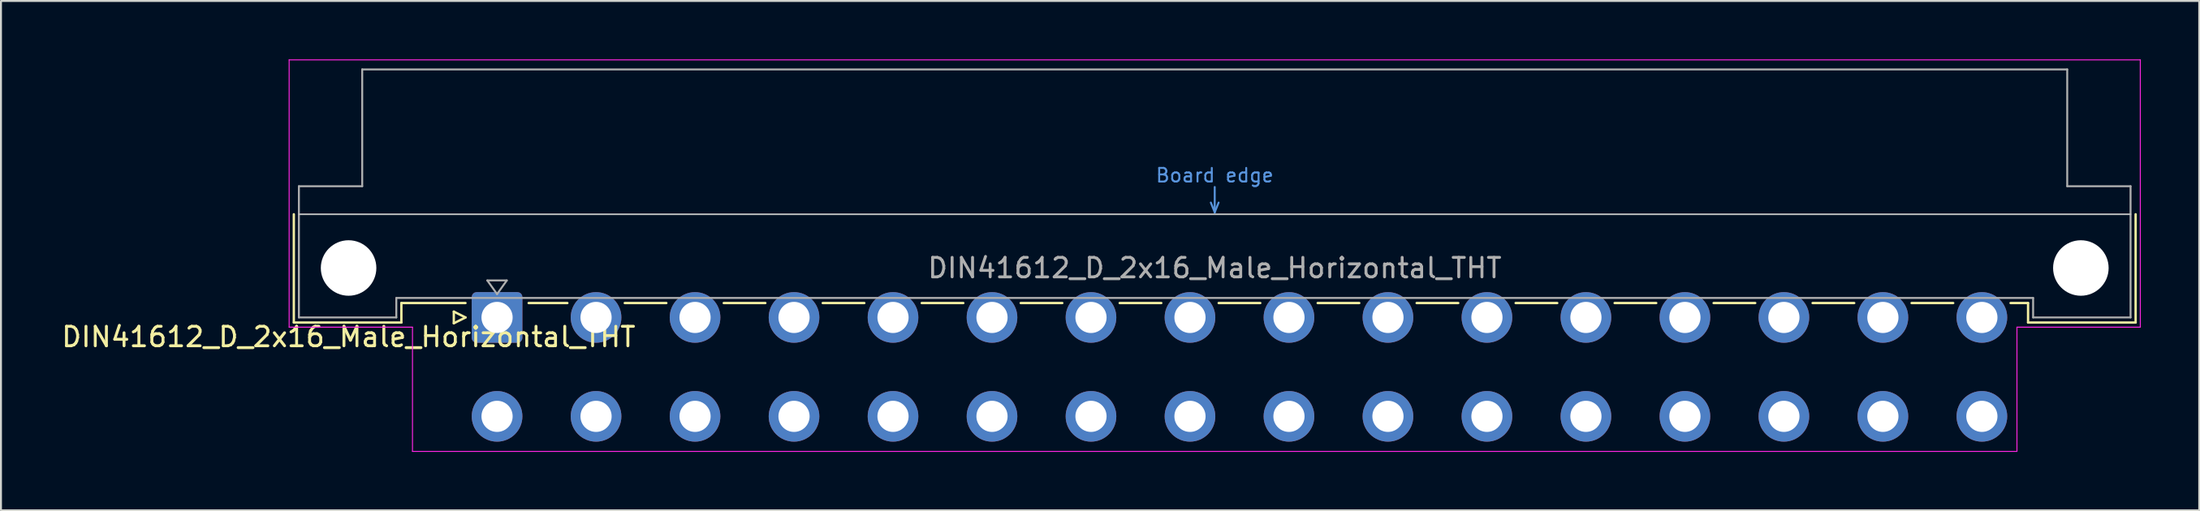
<source format=kicad_pcb>
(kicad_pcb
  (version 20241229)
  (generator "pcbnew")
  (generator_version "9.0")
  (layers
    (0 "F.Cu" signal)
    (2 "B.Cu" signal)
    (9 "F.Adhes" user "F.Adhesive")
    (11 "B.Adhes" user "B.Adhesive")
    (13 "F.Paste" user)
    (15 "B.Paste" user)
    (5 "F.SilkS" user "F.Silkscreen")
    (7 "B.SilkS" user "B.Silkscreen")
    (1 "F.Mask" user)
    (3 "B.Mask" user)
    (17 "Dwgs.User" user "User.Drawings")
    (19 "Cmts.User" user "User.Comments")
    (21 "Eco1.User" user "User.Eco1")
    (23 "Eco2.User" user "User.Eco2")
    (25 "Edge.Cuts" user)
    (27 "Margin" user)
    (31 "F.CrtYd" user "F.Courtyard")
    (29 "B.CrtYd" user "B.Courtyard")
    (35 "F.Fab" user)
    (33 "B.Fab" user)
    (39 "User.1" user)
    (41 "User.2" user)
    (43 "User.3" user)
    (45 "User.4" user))
  (footprint "DIN41612_D_2x16_Male_Horizontal_THT"
    (layer "F.Cu")
    (at 19.919 13.255)
    (property "Reference" "DIN41612_D_2x16_Male_Horizontal_THT" (at -5.08 1 0) (layer "F.SilkS") (effects (font (size 1 1) (thickness 0.15))))
    (attr through_hole)
    (fp_line (start -7.89 -5.3) (end -7.89 0.26) (stroke (width 0.12) (type solid)) (layer "F.SilkS"))
    (fp_line (start -7.89 0.26) (end -2.37 0.26) (stroke (width 0.12) (type solid)) (layer "F.SilkS"))
    (fp_line (start -2.371 -0.74) (end 0.92 -0.74) (stroke (width 0.12) (type solid)) (layer "F.SilkS"))
    (fp_line (start -2.37 0.26) (end -2.37 -0.74) (stroke (width 0.12) (type solid)) (layer "F.SilkS"))
    (fp_line (start 0.32 -0.3) (end 0.32 0.3) (stroke (width 0.12) (type solid)) (layer "F.SilkS"))
    (fp_line (start 0.32 0.3) (end 0.92 0) (stroke (width 0.12) (type solid)) (layer "F.SilkS"))
    (fp_line (start 0.92 0) (end 0.32 -0.3) (stroke (width 0.12) (type solid)) (layer "F.SilkS"))
    (fp_line (start 4.16 -0.74) (end 6.149 -0.74) (stroke (width 0.12) (type solid)) (layer "F.SilkS"))
    (fp_line (start 9.092 -0.74) (end 11.229 -0.74) (stroke (width 0.12) (type solid)) (layer "F.SilkS"))
    (fp_line (start 14.172 -0.74) (end 16.309 -0.74) (stroke (width 0.12) (type solid)) (layer "F.SilkS"))
    (fp_line (start 19.252 -0.74) (end 21.389 -0.74) (stroke (width 0.12) (type solid)) (layer "F.SilkS"))
    (fp_line (start 24.332 -0.74) (end 26.469 -0.74) (stroke (width 0.12) (type solid)) (layer "F.SilkS"))
    (fp_line (start 29.412 -0.74) (end 31.549 -0.74) (stroke (width 0.12) (type solid)) (layer "F.SilkS"))
    (fp_line (start 34.492 -0.74) (end 36.629 -0.74) (stroke (width 0.12) (type solid)) (layer "F.SilkS"))
    (fp_line (start 39.572 -0.74) (end 41.709 -0.74) (stroke (width 0.12) (type solid)) (layer "F.SilkS"))
    (fp_line (start 44.652 -0.74) (end 46.789 -0.74) (stroke (width 0.12) (type solid)) (layer "F.SilkS"))
    (fp_line (start 49.732 -0.74) (end 51.869 -0.74) (stroke (width 0.12) (type solid)) (layer "F.SilkS"))
    (fp_line (start 54.812 -0.74) (end 56.949 -0.74) (stroke (width 0.12) (type solid)) (layer "F.SilkS"))
    (fp_line (start 59.892 -0.74) (end 62.029 -0.74) (stroke (width 0.12) (type solid)) (layer "F.SilkS"))
    (fp_line (start 64.972 -0.74) (end 67.109 -0.74) (stroke (width 0.12) (type solid)) (layer "F.SilkS"))
    (fp_line (start 70.052 -0.74) (end 72.189 -0.74) (stroke (width 0.12) (type solid)) (layer "F.SilkS"))
    (fp_line (start 75.132 -0.74) (end 77.269 -0.74) (stroke (width 0.12) (type solid)) (layer "F.SilkS"))
    (fp_line (start 80.212 -0.74) (end 81.11 -0.74) (stroke (width 0.12) (type solid)) (layer "F.SilkS"))
    (fp_line (start 81.11 0.26) (end 81.11 -0.74) (stroke (width 0.12) (type solid)) (layer "F.SilkS"))
    (fp_line (start 86.63 -5.3) (end 86.63 0.26) (stroke (width 0.12) (type solid)) (layer "F.SilkS"))
    (fp_line (start 86.63 0.26) (end 81.11 0.26) (stroke (width 0.12) (type solid)) (layer "F.SilkS"))
    (fp_line (start -7.63 -5.3) (end 86.37 -5.3) (stroke (width 0.08) (type solid)) (layer "Dwgs.User"))
    (fp_line (start 39.17 -5.9) (end 39.37 -5.4) (stroke (width 0.1) (type solid)) (layer "Cmts.User"))
    (fp_line (start 39.37 -5.4) (end 39.37 -6.7) (stroke (width 0.1) (type solid)) (layer "Cmts.User"))
    (fp_line (start 39.37 -5.4) (end 39.57 -5.9) (stroke (width 0.1) (type solid)) (layer "Cmts.User"))
    (fp_line (start -8.13 -13.23) (end -8.13 0.5) (stroke (width 0.05) (type solid)) (layer "F.CrtYd"))
    (fp_line (start -8.13 0.5) (end -1.8 0.5) (stroke (width 0.05) (type solid)) (layer "F.CrtYd"))
    (fp_line (start -1.8 0.5) (end -1.8 6.88) (stroke (width 0.05) (type solid)) (layer "F.CrtYd"))
    (fp_line (start -1.8 6.88) (end 80.54 6.88) (stroke (width 0.05) (type solid)) (layer "F.CrtYd"))
    (fp_line (start 80.54 0.5) (end 86.87 0.5) (stroke (width 0.05) (type solid)) (layer "F.CrtYd"))
    (fp_line (start 80.54 6.88) (end 80.54 0.5) (stroke (width 0.05) (type solid)) (layer "F.CrtYd"))
    (fp_line (start 86.87 -13.23) (end -8.13 -13.23) (stroke (width 0.05) (type solid)) (layer "F.CrtYd"))
    (fp_line (start 86.87 0.5) (end 86.87 -13.23) (stroke (width 0.05) (type solid)) (layer "F.CrtYd"))
    (fp_line (start -7.63 -6.74) (end -7.63 0) (stroke (width 0.1) (type solid)) (layer "F.Fab"))
    (fp_line (start -7.63 0) (end -2.63 0) (stroke (width 0.1) (type solid)) (layer "F.Fab"))
    (fp_line (start -4.38 -12.74) (end -4.38 -6.74) (stroke (width 0.1) (type solid)) (layer "F.Fab"))
    (fp_line (start -4.38 -6.74) (end -7.63 -6.74) (stroke (width 0.1) (type solid)) (layer "F.Fab"))
    (fp_line (start -2.63 -1) (end 81.37 -1) (stroke (width 0.1) (type solid)) (layer "F.Fab"))
    (fp_line (start -2.63 0) (end -2.63 -1) (stroke (width 0.1) (type solid)) (layer "F.Fab"))
    (fp_line (start 2.04 -1.9) (end 3.04 -1.9) (stroke (width 0.1) (type solid)) (layer "F.Fab"))
    (fp_line (start 2.54 -1.2) (end 2.04 -1.9) (stroke (width 0.1) (type solid)) (layer "F.Fab"))
    (fp_line (start 3.04 -1.9) (end 2.54 -1.2) (stroke (width 0.1) (type solid)) (layer "F.Fab"))
    (fp_line (start 81.37 -1) (end 81.37 0) (stroke (width 0.1) (type solid)) (layer "F.Fab"))
    (fp_line (start 81.37 0) (end 86.37 0) (stroke (width 0.1) (type solid)) (layer "F.Fab"))
    (fp_line (start 83.12 -12.74) (end -4.38 -12.74) (stroke (width 0.1) (type solid)) (layer "F.Fab"))
    (fp_line (start 83.12 -6.74) (end 83.12 -12.74) (stroke (width 0.1) (type solid)) (layer "F.Fab"))
    (fp_line (start 86.37 -6.74) (end 83.12 -6.74) (stroke (width 0.1) (type solid)) (layer "F.Fab"))
    (fp_line (start 86.37 0) (end 86.37 -6.74) (stroke (width 0.1) (type solid)) (layer "F.Fab"))
    (fp_text user "Board edge" (at 39.37 -7.3 0) (layer "Cmts.User") (effects (font (size 0.7 0.7) (thickness 0.1))))
    (fp_text user "${REFERENCE}" (at 39.37 -2.54 0) (layer "F.Fab") (effects (font (size 1 1) (thickness 0.15))))
    (pad "" np_thru_hole circle (at -5.08 -2.54) (size 2.85 2.85) (drill 2.85) (layers "*.Cu" "*.Mask"))
    (pad "" np_thru_hole circle (at 83.82 -2.54) (size 2.85 2.85) (drill 2.85) (layers "*.Cu" "*.Mask"))
    (pad "a2" thru_hole roundrect (at 2.54 0) (size 2.6 2.6) (drill 1.6) (layers "*.Cu" "*.Mask") (roundrect_rratio 0.096))
    (pad "a4" thru_hole circle (at 7.62 0) (size 2.6 2.6) (drill 1.6) (layers "*.Cu" "*.Mask"))
    (pad "a6" thru_hole circle (at 12.7 0) (size 2.6 2.6) (drill 1.6) (layers "*.Cu" "*.Mask"))
    (pad "a8" thru_hole circle (at 17.78 0) (size 2.6 2.6) (drill 1.6) (layers "*.Cu" "*.Mask"))
    (pad "a10" thru_hole circle (at 22.86 0) (size 2.6 2.6) (drill 1.6) (layers "*.Cu" "*.Mask"))
    (pad "a12" thru_hole circle (at 27.94 0) (size 2.6 2.6) (drill 1.6) (layers "*.Cu" "*.Mask"))
    (pad "a14" thru_hole circle (at 33.02 0) (size 2.6 2.6) (drill 1.6) (layers "*.Cu" "*.Mask"))
    (pad "a16" thru_hole circle (at 38.1 0) (size 2.6 2.6) (drill 1.6) (layers "*.Cu" "*.Mask"))
    (pad "a18" thru_hole circle (at 43.18 0) (size 2.6 2.6) (drill 1.6) (layers "*.Cu" "*.Mask"))
    (pad "a20" thru_hole circle (at 48.26 0) (size 2.6 2.6) (drill 1.6) (layers "*.Cu" "*.Mask"))
    (pad "a22" thru_hole circle (at 53.34 0) (size 2.6 2.6) (drill 1.6) (layers "*.Cu" "*.Mask"))
    (pad "a24" thru_hole circle (at 58.42 0) (size 2.6 2.6) (drill 1.6) (layers "*.Cu" "*.Mask"))
    (pad "a26" thru_hole circle (at 63.5 0) (size 2.6 2.6) (drill 1.6) (layers "*.Cu" "*.Mask"))
    (pad "a28" thru_hole circle (at 68.58 0) (size 2.6 2.6) (drill 1.6) (layers "*.Cu" "*.Mask"))
    (pad "a30" thru_hole circle (at 73.66 0) (size 2.6 2.6) (drill 1.6) (layers "*.Cu" "*.Mask"))
    (pad "a32" thru_hole circle (at 78.74 0) (size 2.6 2.6) (drill 1.6) (layers "*.Cu" "*.Mask"))
    (pad "c2" thru_hole circle (at 2.54 5.08) (size 2.6 2.6) (drill 1.6) (layers "*.Cu" "*.Mask"))
    (pad "c4" thru_hole circle (at 7.62 5.08) (size 2.6 2.6) (drill 1.6) (layers "*.Cu" "*.Mask"))
    (pad "c6" thru_hole circle (at 12.7 5.08) (size 2.6 2.6) (drill 1.6) (layers "*.Cu" "*.Mask"))
    (pad "c8" thru_hole circle (at 17.78 5.08) (size 2.6 2.6) (drill 1.6) (layers "*.Cu" "*.Mask"))
    (pad "c10" thru_hole circle (at 22.86 5.08) (size 2.6 2.6) (drill 1.6) (layers "*.Cu" "*.Mask"))
    (pad "c12" thru_hole circle (at 27.94 5.08) (size 2.6 2.6) (drill 1.6) (layers "*.Cu" "*.Mask"))
    (pad "c14" thru_hole circle (at 33.02 5.08) (size 2.6 2.6) (drill 1.6) (layers "*.Cu" "*.Mask"))
    (pad "c16" thru_hole circle (at 38.1 5.08) (size 2.6 2.6) (drill 1.6) (layers "*.Cu" "*.Mask"))
    (pad "c18" thru_hole circle (at 43.18 5.08) (size 2.6 2.6) (drill 1.6) (layers "*.Cu" "*.Mask"))
    (pad "c20" thru_hole circle (at 48.26 5.08) (size 2.6 2.6) (drill 1.6) (layers "*.Cu" "*.Mask"))
    (pad "c22" thru_hole circle (at 53.34 5.08) (size 2.6 2.6) (drill 1.6) (layers "*.Cu" "*.Mask"))
    (pad "c24" thru_hole circle (at 58.42 5.08) (size 2.6 2.6) (drill 1.6) (layers "*.Cu" "*.Mask"))
    (pad "c26" thru_hole circle (at 63.5 5.08) (size 2.6 2.6) (drill 1.6) (layers "*.Cu" "*.Mask"))
    (pad "c28" thru_hole circle (at 68.58 5.08) (size 2.6 2.6) (drill 1.6) (layers "*.Cu" "*.Mask"))
    (pad "c30" thru_hole circle (at 73.66 5.08) (size 2.6 2.6) (drill 1.6) (layers "*.Cu" "*.Mask"))
    (pad "c32" thru_hole circle (at 78.74 5.08) (size 2.6 2.6) (drill 1.6) (layers "*.Cu" "*.Mask")))
  (gr_rect
    (start -3 -3)
    (end 109.814 23.16)
    (stroke (width 0.1) (type default))
    (fill no)
    (layer "Edge.Cuts")))
</source>
